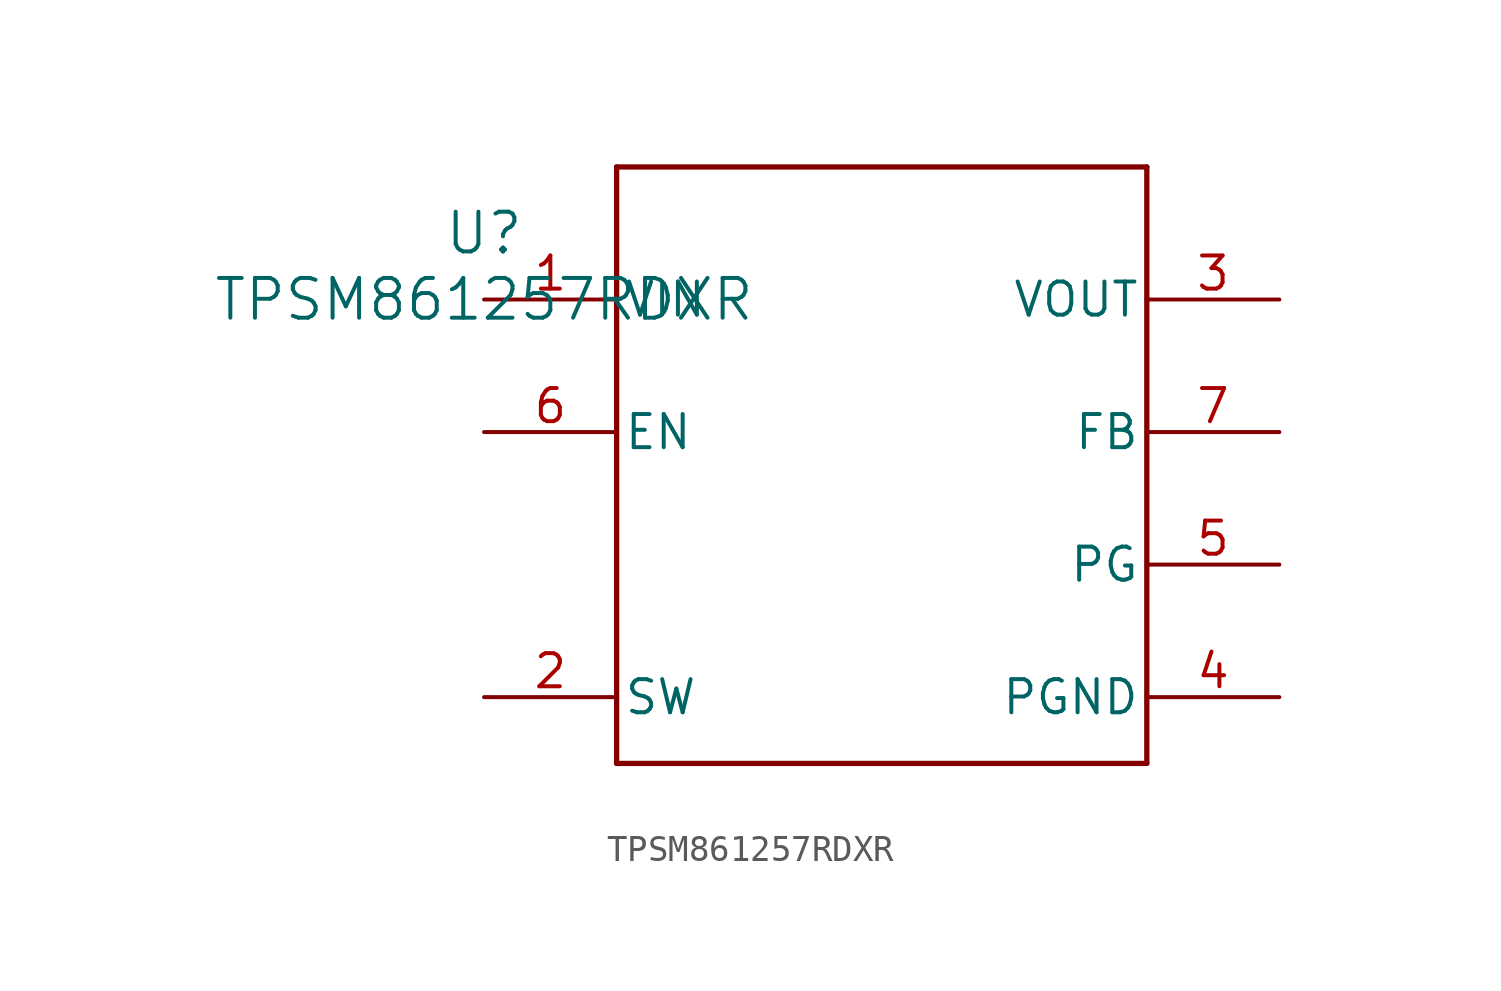
<source format=kicad_sym>
(kicad_symbol_lib
  (version 20211014)
  (generator kicad_symbol_editor)
  (symbol "TPSM861257RDXR"
    (pin_names
      (offset 0.254))
    (property "Reference" "U"
      (at 0 2.54 0)
      (effects (font (size 1.524 1.524))))
    (property "Value" "TPSM861257RDXR"
      (at 0 0 0)
      (effects (font (size 1.524 1.524))))
    (symbol "TPSM861257RDXR_0_1"
      (polyline (pts (xy 5.08 -17.78) (xy 25.4 -17.78)) (stroke (width 0.203) (type default) (color 0 0 0 0)) (fill (type none)))
      (polyline (pts (xy 25.4 -17.78) (xy 25.4 5.08)) (stroke (width 0.203) (type default) (color 0 0 0 0)) (fill (type none)))
      (polyline (pts (xy 25.4 5.08) (xy 5.08 5.08)) (stroke (width 0.203) (type default) (color 0 0 0 0)) (fill (type none)))
      (polyline (pts (xy 5.08 5.08) (xy 5.08 -17.78)) (stroke (width 0.203) (type default) (color 0 0 0 0)) (fill (type none)))
      (pin power_in line (at 0 0 0) (length 5.08) (name "VIN" (effects (font (size 1.27 1.27)))) (number "1" (effects (font (size 1.27 1.27)))))
      (pin unspecified line (at 0 -15.24 0) (length 5.08) (name "SW" (effects (font (size 1.27 1.27)))) (number "2" (effects (font (size 1.27 1.27)))))
      (pin power_in line (at 30.48 0 180) (length 5.08) (name "VOUT" (effects (font (size 1.27 1.27)))) (number "3" (effects (font (size 1.27 1.27)))))
      (pin power_in line (at 30.48 -15.24 180) (length 5.08) (name "PGND" (effects (font (size 1.27 1.27)))) (number "4" (effects (font (size 1.27 1.27)))))
      (pin open_collector line (at 30.48 -10.16 180) (length 5.08) (name "PG" (effects (font (size 1.27 1.27)))) (number "5" (effects (font (size 1.27 1.27)))))
      (pin input line (at 0 -5.08 0) (length 5.08) (name "EN" (effects (font (size 1.27 1.27)))) (number "6" (effects (font (size 1.27 1.27)))))
      (pin unspecified line (at 30.48 -5.08 180) (length 5.08) (name "FB" (effects (font (size 1.27 1.27)))) (number "7" (effects (font (size 1.27 1.27))))))))
</source>
